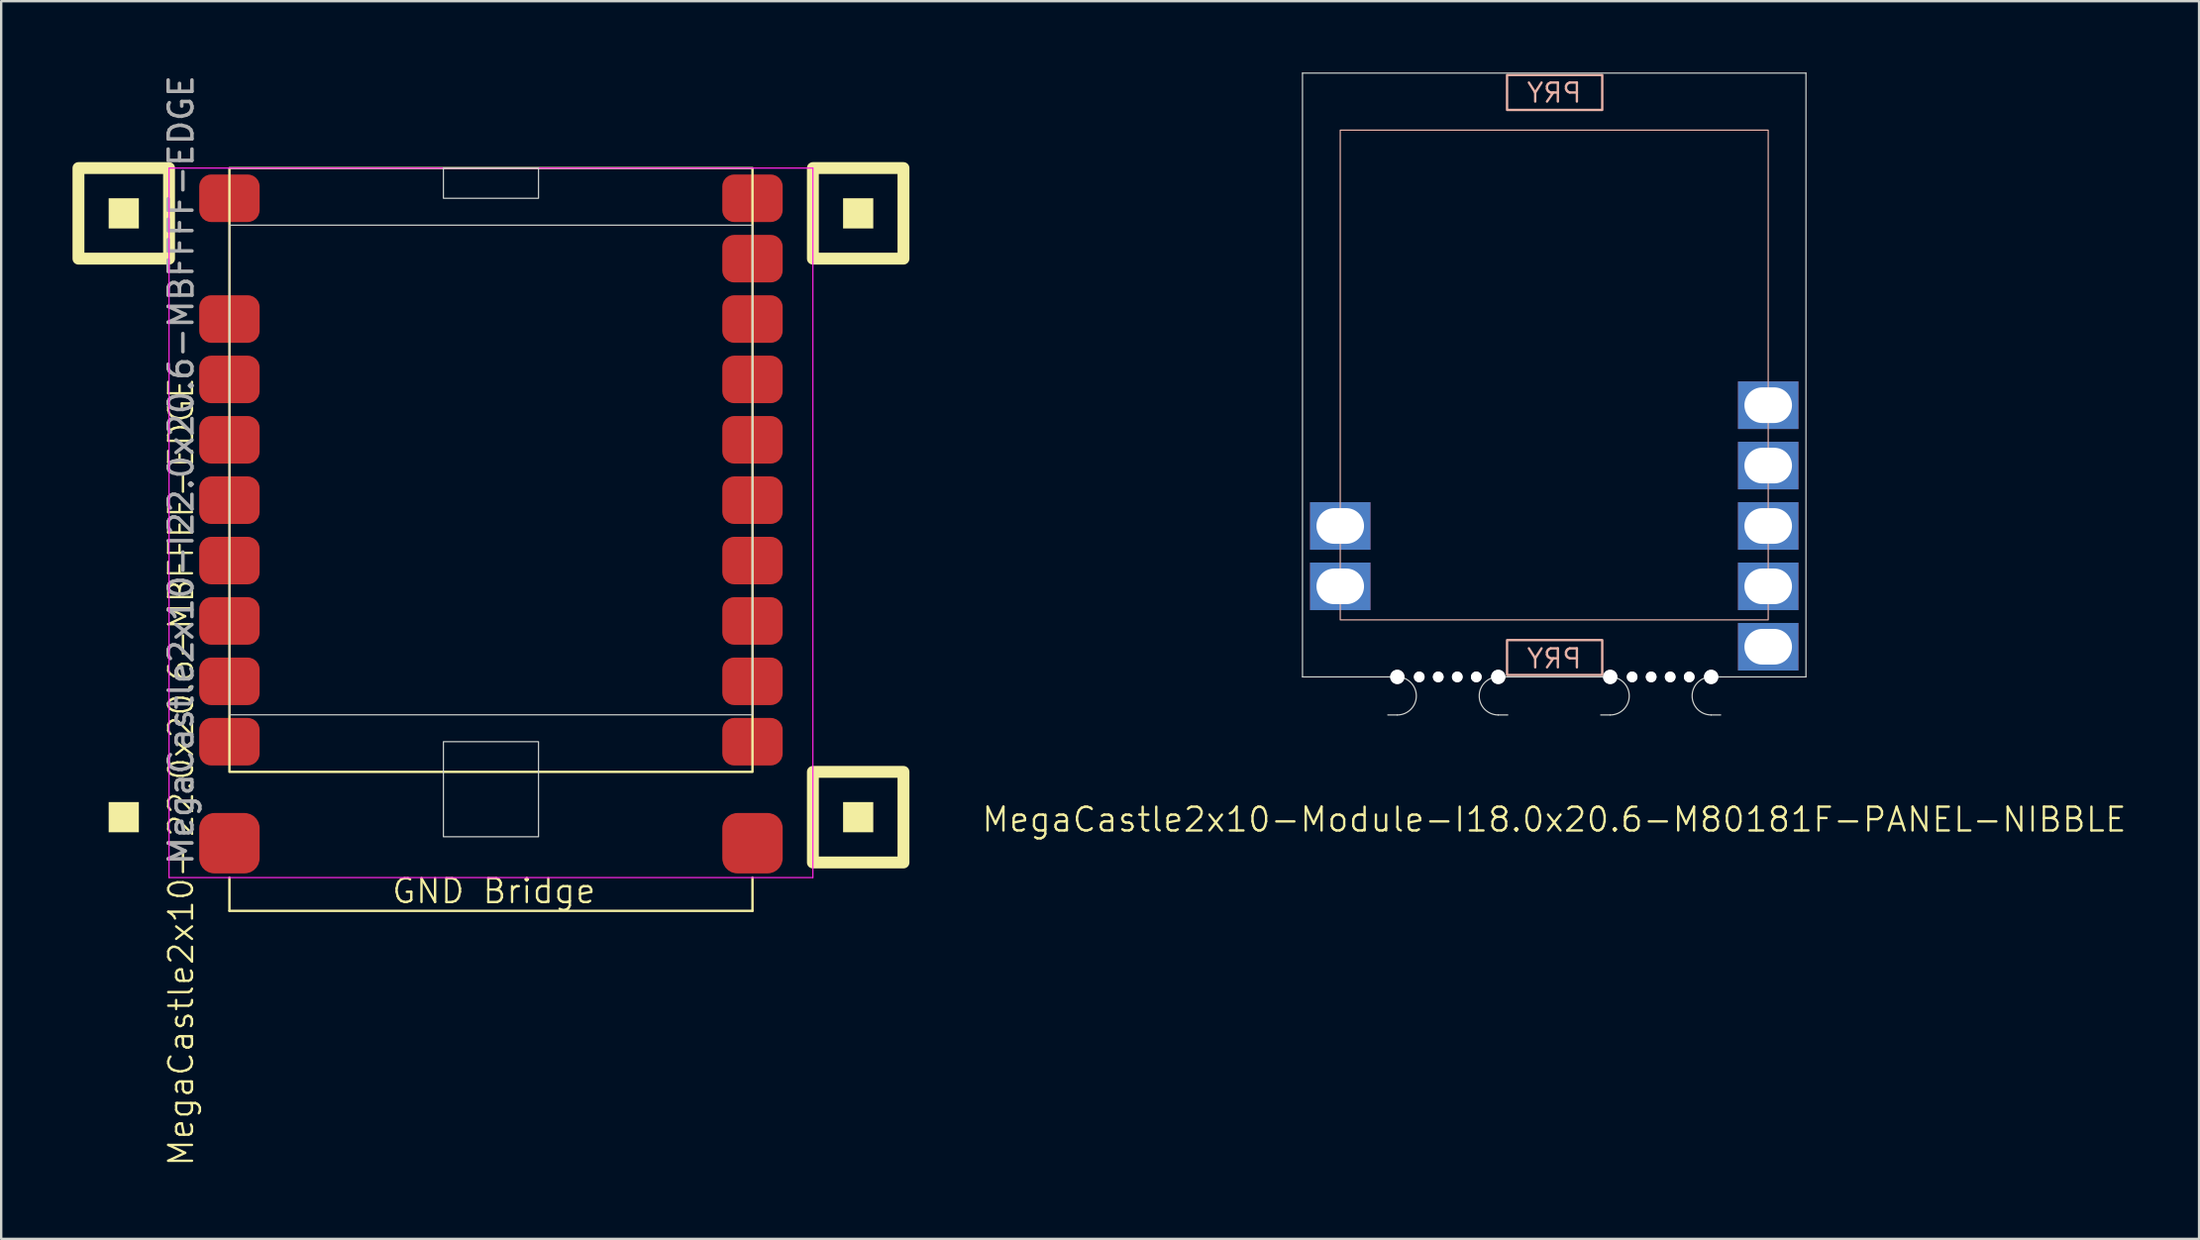
<source format=kicad_pcb>
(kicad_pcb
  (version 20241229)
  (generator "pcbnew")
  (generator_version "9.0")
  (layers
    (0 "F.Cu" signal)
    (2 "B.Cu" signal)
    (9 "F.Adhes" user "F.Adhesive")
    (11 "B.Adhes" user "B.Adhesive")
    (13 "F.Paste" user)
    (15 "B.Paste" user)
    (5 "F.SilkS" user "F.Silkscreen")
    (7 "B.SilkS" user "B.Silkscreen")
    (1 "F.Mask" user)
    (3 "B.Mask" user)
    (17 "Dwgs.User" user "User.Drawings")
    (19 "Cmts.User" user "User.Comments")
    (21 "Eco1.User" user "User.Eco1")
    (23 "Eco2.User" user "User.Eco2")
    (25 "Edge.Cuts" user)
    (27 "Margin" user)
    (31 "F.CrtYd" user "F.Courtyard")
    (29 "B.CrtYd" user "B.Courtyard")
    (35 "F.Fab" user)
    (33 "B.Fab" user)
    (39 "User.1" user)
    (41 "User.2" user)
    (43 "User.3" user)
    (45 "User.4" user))
  (footprint "MegaCastle2x10-I22.0x20.6-MBFFFF-EDGE"
    (layer "F.Cu")
    (at 17.6 16.72)
    (property "Reference" "MegaCastle2x10-I22.0x20.6-MBFFFF-EDGE" (at -13.032 12.7 90) (unlocked yes) (layer "F.SilkS") (effects (font (size 1 1) (thickness 0.1))))
    (attr smd)
    (fp_line (start -11 17.145) (end -11 18.545) (stroke (width 0.1) (type default)) (layer "F.SilkS"))
    (fp_line (start -11 18.545) (end 11 18.545) (stroke (width 0.1) (type default)) (layer "F.SilkS"))
    (fp_line (start 11 17.145) (end 11 18.545) (stroke (width 0.1) (type default)) (layer "F.SilkS"))
    (fp_rect (start -14.81 -10.16) (end -16.08 -11.43) (stroke (width 0) (type solid)) (fill yes) (layer "F.SilkS"))
    (fp_rect (start -14.81 15.24) (end -16.08 13.97) (stroke (width 0) (type solid)) (fill yes) (layer "F.SilkS"))
    (fp_rect (start -13.54 -8.89) (end -17.35 -12.7) (stroke (width 0.5) (type default)) (fill no) (layer "F.SilkS"))
    (fp_rect (start -11 -12.7) (end 11 12.7) (stroke (width 0.1) (type default)) (fill no) (layer "F.SilkS"))
    (fp_rect (start 16.08 -10.16) (end 14.81 -11.43) (stroke (width 0) (type solid)) (fill yes) (layer "F.SilkS"))
    (fp_rect (start 16.08 15.24) (end 14.81 13.97) (stroke (width 0) (type solid)) (fill yes) (layer "F.SilkS"))
    (fp_rect (start 17.35 -8.89) (end 13.54 -12.7) (stroke (width 0.5) (type default)) (fill no) (layer "F.SilkS"))
    (fp_rect (start 17.35 16.51) (end 13.54 12.7) (stroke (width 0.5) (type default)) (fill no) (layer "F.SilkS"))
    (fp_rect (start -11 -10.3) (end 11 10.3) (stroke (width 0.05) (type default)) (fill no) (layer "Edge.Cuts"))
    (fp_rect (start -2 -11.43) (end 2 -12.7) (stroke (width 0.05) (type default)) (fill no) (layer "Edge.Cuts"))
    (fp_rect (start -2 11.43) (end 2 15.43) (stroke (width 0.05) (type default)) (fill no) (layer "Edge.Cuts"))
    (fp_line (start -13.54 -12.7) (end -13.54 17.145) (stroke (width 0.05) (type default)) (layer "F.CrtYd"))
    (fp_line (start -13.54 17.145) (end 13.54 17.145) (stroke (width 0.05) (type default)) (layer "F.CrtYd"))
    (fp_line (start 13.54 -12.7) (end -13.54 -12.7) (stroke (width 0.05) (type default)) (layer "F.CrtYd"))
    (fp_line (start 13.54 -12.7) (end 13.54 17.145) (stroke (width 0.05) (type default)) (layer "F.CrtYd"))
    (fp_text user "GND Bridge" (at -4.226 18.3 0) (unlocked yes) (layer "F.SilkS") (effects (font (size 1 1) (thickness 0.1)) (justify left bottom)))
    (fp_text user "${REFERENCE}" (at -13.032 0 90) (unlocked yes) (layer "F.Fab") (effects (font (size 1 1) (thickness 0.15))))
    (pad "1" smd roundrect (at -11 -11.43) (size 2.54 2) (layers "F.Cu" "F.Mask" "F.Paste") (roundrect_rratio 0.25))
    (pad "3" smd roundrect (at -11 -6.35) (size 2.54 2) (layers "F.Cu" "F.Mask" "F.Paste") (roundrect_rratio 0.25))
    (pad "4" smd roundrect (at -11 -3.81) (size 2.54 2) (layers "F.Cu" "F.Mask" "F.Paste") (roundrect_rratio 0.25))
    (pad "5" smd roundrect (at -11 -1.27) (size 2.54 2) (layers "F.Cu" "F.Mask" "F.Paste") (roundrect_rratio 0.25))
    (pad "6" smd roundrect (at -11 1.27) (size 2.54 2) (layers "F.Cu" "F.Mask" "F.Paste") (roundrect_rratio 0.25))
    (pad "7" smd roundrect (at -11 3.81) (size 2.54 2) (layers "F.Cu" "F.Mask" "F.Paste") (roundrect_rratio 0.25))
    (pad "8" smd roundrect (at -11 6.35) (size 2.54 2) (layers "F.Cu" "F.Mask" "F.Paste") (roundrect_rratio 0.25))
    (pad "9" smd roundrect (at -11 8.89) (size 2.54 2) (layers "F.Cu" "F.Mask" "F.Paste") (roundrect_rratio 0.25))
    (pad "10" smd roundrect (at -11 11.43) (size 2.54 2) (layers "F.Cu" "F.Mask" "F.Paste") (roundrect_rratio 0.25))
    (pad "11" smd roundrect (at 11 -11.43) (size 2.54 2) (layers "F.Cu" "F.Mask" "F.Paste") (roundrect_rratio 0.25))
    (pad "12" smd roundrect (at 11 -8.89) (size 2.54 2) (layers "F.Cu" "F.Mask" "F.Paste") (roundrect_rratio 0.25))
    (pad "13" smd roundrect (at 11 -6.35) (size 2.54 2) (layers "F.Cu" "F.Mask" "F.Paste") (roundrect_rratio 0.25))
    (pad "14" smd roundrect (at 11 -3.81) (size 2.54 2) (layers "F.Cu" "F.Mask" "F.Paste") (roundrect_rratio 0.25))
    (pad "15" smd roundrect (at 11 -1.27) (size 2.54 2) (layers "F.Cu" "F.Mask" "F.Paste") (roundrect_rratio 0.25))
    (pad "16" smd roundrect (at 11 1.27) (size 2.54 2) (layers "F.Cu" "F.Mask" "F.Paste") (roundrect_rratio 0.25))
    (pad "17" smd roundrect (at 11 3.81) (size 2.54 2) (layers "F.Cu" "F.Mask" "F.Paste") (roundrect_rratio 0.25))
    (pad "18" smd roundrect (at 11 6.35) (size 2.54 2) (layers "F.Cu" "F.Mask" "F.Paste") (roundrect_rratio 0.25))
    (pad "19" smd roundrect (at 11 8.89) (size 2.54 2) (layers "F.Cu" "F.Mask" "F.Paste") (roundrect_rratio 0.25))
    (pad "20" smd roundrect (at 11 11.43) (size 2.54 2) (layers "F.Cu" "F.Mask" "F.Paste") (roundrect_rratio 0.25))
    (pad "B1" smd roundrect (at -11 15.7) (size 2.54 2.54) (layers "F.Cu" "F.Mask" "F.Paste") (roundrect_rratio 0.25))
    (pad "B2" smd roundrect (at 11 15.7) (size 2.54 2.54) (layers "F.Cu" "F.Mask" "F.Paste") (roundrect_rratio 0.25)))
  (footprint "MegaCastle2x10-Module-I18.0x20.6-M80181F-PANEL-NIBBLE"
    (layer "F.Cu")
    (at 62.321 12.725)
    (property "Reference" "MegaCastle2x10-Module-I18.0x20.6-M80181F-PANEL-NIBBLE" (at 0 18.7 0) (unlocked yes) (layer "F.SilkS") (effects (font (size 1 1) (thickness 0.1))))
    (attr smd)
    (fp_rect (start -9 10.3) (end 9 -10.3) (stroke (width 0.05) (type default)) (fill no) (layer "B.SilkS"))
    (fp_rect (start -1.984 -11.151) (end 2.02 -12.62) (stroke (width 0.1) (type default)) (fill no) (layer "B.SilkS"))
    (fp_rect (start -1.984 11.151) (end 2.02 12.62) (stroke (width 0.1) (type default)) (fill no) (layer "B.SilkS"))
    (fp_line (start -10.588 -12.7) (end -10.588 12.7) (stroke (width 0.05) (type default)) (layer "Edge.Cuts"))
    (fp_line (start -10.588 -12.7) (end 10.588 -12.7) (stroke (width 0.05) (type default)) (layer "Edge.Cuts"))
    (fp_line (start -10.588 12.7) (end -7 12.7) (stroke (width 0.05) (type default)) (layer "Edge.Cuts"))
    (fp_line (start -7 12.7) (end -6.6 12.7) (stroke (width 0.05) (type default)) (layer "Edge.Cuts"))
    (fp_line (start -7 14.3) (end -6.6 14.3) (stroke (width 0.05) (type default)) (layer "Edge.Cuts"))
    (fp_line (start -1.955 12.7) (end -2.355 12.7) (stroke (width 0.05) (type default)) (layer "Edge.Cuts"))
    (fp_line (start -1.955 12.7) (end 1.955 12.7) (stroke (width 0.05) (type default)) (layer "Edge.Cuts"))
    (fp_line (start -1.955 14.3) (end -2.355 14.3) (stroke (width 0.05) (type default)) (layer "Edge.Cuts"))
    (fp_line (start 1.955 12.7) (end 2.355 12.7) (stroke (width 0.05) (type default)) (layer "Edge.Cuts"))
    (fp_line (start 1.955 14.3) (end 2.355 14.3) (stroke (width 0.05) (type default)) (layer "Edge.Cuts"))
    (fp_line (start 7 12.7) (end 6.6 12.7) (stroke (width 0.05) (type default)) (layer "Edge.Cuts"))
    (fp_line (start 7 12.7) (end 10.588 12.7) (stroke (width 0.05) (type default)) (layer "Edge.Cuts"))
    (fp_line (start 7 14.3) (end 6.6 14.3) (stroke (width 0.05) (type default)) (layer "Edge.Cuts"))
    (fp_line (start 10.588 -12.7) (end 10.588 12.7) (stroke (width 0.05) (type default)) (layer "Edge.Cuts"))
    (fp_arc (start -6.6 12.7) (mid -5.8 13.5) (end -6.6 14.3) (stroke (width 0.05) (type default)) (layer "Edge.Cuts"))
    (fp_arc (start -2.355 14.3) (mid -3.155 13.5) (end -2.355 12.7) (stroke (width 0.05) (type default)) (layer "Edge.Cuts"))
    (fp_arc (start 2.355 12.7) (mid 3.155 13.5) (end 2.355 14.3) (stroke (width 0.05) (type default)) (layer "Edge.Cuts"))
    (fp_arc (start 6.6 14.3) (mid 5.8 13.5) (end 6.6 12.7) (stroke (width 0.05) (type default)) (layer "Edge.Cuts"))
    (fp_text user "PRY" (at 0 -11.4 0) (unlocked yes) (layer "B.SilkS") (effects (font (size 0.8 0.8) (thickness 0.1)) (justify bottom mirror)))
    (fp_text user "PRY" (at 0 12.4 0) (unlocked yes) (layer "B.SilkS") (effects (font (size 0.8 0.8) (thickness 0.1)) (justify bottom mirror)))
    (pad "" np_thru_hole circle (at -6.6 12.7) (size 0.6 0.6) (drill 0.6) (layers "*.Cu" "Edge.Cuts"))
    (pad "" np_thru_hole circle (at -5.678 12.7) (size 0.45 0.45) (drill 0.45) (layers "*.Cu" "Edge.Cuts"))
    (pad "" np_thru_hole circle (at -4.878 12.7) (size 0.45 0.45) (drill 0.45) (layers "*.Cu" "Edge.Cuts"))
    (pad "" np_thru_hole circle (at -4.077 12.7) (size 0.45 0.45) (drill 0.45) (layers "*.Cu" "Edge.Cuts"))
    (pad "" np_thru_hole circle (at -3.277 12.7) (size 0.45 0.45) (drill 0.45) (layers "*.Cu" "Edge.Cuts"))
    (pad "" np_thru_hole circle (at -2.355 12.7) (size 0.6 0.6) (drill 0.6) (layers "*.Cu" "Edge.Cuts"))
    (pad "" np_thru_hole circle (at 2.355 12.7) (size 0.6 0.6) (drill 0.6) (layers "*.Cu" "Edge.Cuts"))
    (pad "" np_thru_hole circle (at 3.277 12.7) (size 0.45 0.45) (drill 0.45) (layers "*.Cu" "Edge.Cuts"))
    (pad "" np_thru_hole circle (at 4.077 12.7) (size 0.45 0.45) (drill 0.45) (layers "*.Cu" "Edge.Cuts"))
    (pad "" np_thru_hole circle (at 4.878 12.7) (size 0.45 0.45) (drill 0.45) (layers "*.Cu" "Edge.Cuts"))
    (pad "" np_thru_hole circle (at 5.678 12.7) (size 0.45 0.45) (drill 0.45) (layers "*.Cu" "Edge.Cuts"))
    (pad "" np_thru_hole circle (at 6.6 12.7) (size 0.6 0.6) (drill 0.6) (layers "*.Cu" "Edge.Cuts"))
    (pad "8" thru_hole rect (at -9 6.35) (size 2.54 2) (drill oval 2 1.5) (property pad_prop_castellated) (layers "*.Cu" "*.Mask"))
    (pad "9" thru_hole rect (at -9 8.89) (size 2.54 2) (drill oval 2 1.5) (property pad_prop_castellated) (layers "*.Cu" "*.Mask"))
    (pad "16" thru_hole rect (at 9 1.27) (size 2.54 2) (drill oval 2 1.5) (property pad_prop_castellated) (layers "*.Cu" "*.Mask"))
    (pad "17" thru_hole rect (at 9 3.81) (size 2.54 2) (drill oval 2 1.5) (property pad_prop_castellated) (layers "*.Cu" "*.Mask"))
    (pad "18" thru_hole rect (at 9 6.35) (size 2.54 2) (drill oval 2 1.5) (property pad_prop_castellated) (layers "*.Cu" "*.Mask"))
    (pad "19" thru_hole rect (at 9 8.89) (size 2.54 2) (drill oval 2 1.5) (property pad_prop_castellated) (layers "*.Cu" "*.Mask"))
    (pad "20" thru_hole rect (at 9 11.43) (size 2.54 2) (drill oval 2 1.5) (property pad_prop_castellated) (layers "*.Cu" "*.Mask"))
    (zone (net_name "") (layer "B.Cu") (hatch edge 0.5) (connect_pads) (min_thickness 0.25) (filled_areas_thickness no) (keepout (tracks allowed) (vias allowed) (pads allowed) (copperpour allowed) (footprints not_allowed)) (placement (enabled no)) (fill) (polygon (pts (xy 53.321 25.425) (xy 53.321 0.025))))
    (zone (net_name "") (layer "B.Cu") (hatch edge 0.5) (connect_pads) (min_thickness 0.25) (filled_areas_thickness no) (keepout (tracks allowed) (vias allowed) (pads allowed) (copperpour allowed) (footprints not_allowed)) (placement (enabled no)) (fill) (polygon (pts (xy 71.321 25.425) (xy 71.321 0.025))))
    (zone (net_name "") (layer "B.Cu") (hatch edge 0.5) (connect_pads) (min_thickness 0.25) (filled_areas_thickness no) (keepout (tracks allowed) (vias allowed) (pads allowed) (copperpour allowed) (footprints not_allowed)) (placement (enabled no)) (fill) (polygon (pts (xy 53.321 0.025) (xy 53.321 2.425) (xy 71.321 2.425) (xy 71.321 0.025))))
    (zone (net_name "") (layer "B.Cu") (hatch edge 0.5) (connect_pads) (min_thickness 0.25) (filled_areas_thickness no) (keepout (tracks allowed) (vias allowed) (pads allowed) (copperpour allowed) (footprints not_allowed)) (placement (enabled no)) (fill) (polygon (pts (xy 53.321 25.425) (xy 53.321 23.025) (xy 71.321 23.025) (xy 71.321 25.425))))
    (zone (net_name "") (layer "B.Cu") (name "Upper Pry Zone") (hatch edge 0.5) (connect_pads) (min_thickness 0.25) (filled_areas_thickness no) (keepout (tracks not_allowed) (vias not_allowed) (pads not_allowed) (copperpour allowed) (footprints not_allowed)) (placement (enabled no)) (fill) (polygon (pts (xy 60.337 1.574) (xy 60.337 0.105) (xy 64.341 0.105) (xy 64.341 1.574))))
    (zone (net_name "") (layer "B.Cu") (name "Upper Pry Zone") (hatch edge 0.5) (connect_pads) (min_thickness 0.25) (filled_areas_thickness no) (keepout (tracks not_allowed) (vias not_allowed) (pads not_allowed) (copperpour allowed) (footprints not_allowed)) (placement (enabled no)) (fill) (polygon (pts (xy 60.337 23.876) (xy 60.337 25.345) (xy 64.341 25.345) (xy 64.341 23.876)))))
  (gr_rect
    (start -3 -3)
    (end 89.443 49.065)
    (stroke (width 0.1) (type default))
    (fill no)
    (layer "Edge.Cuts")))
</source>
